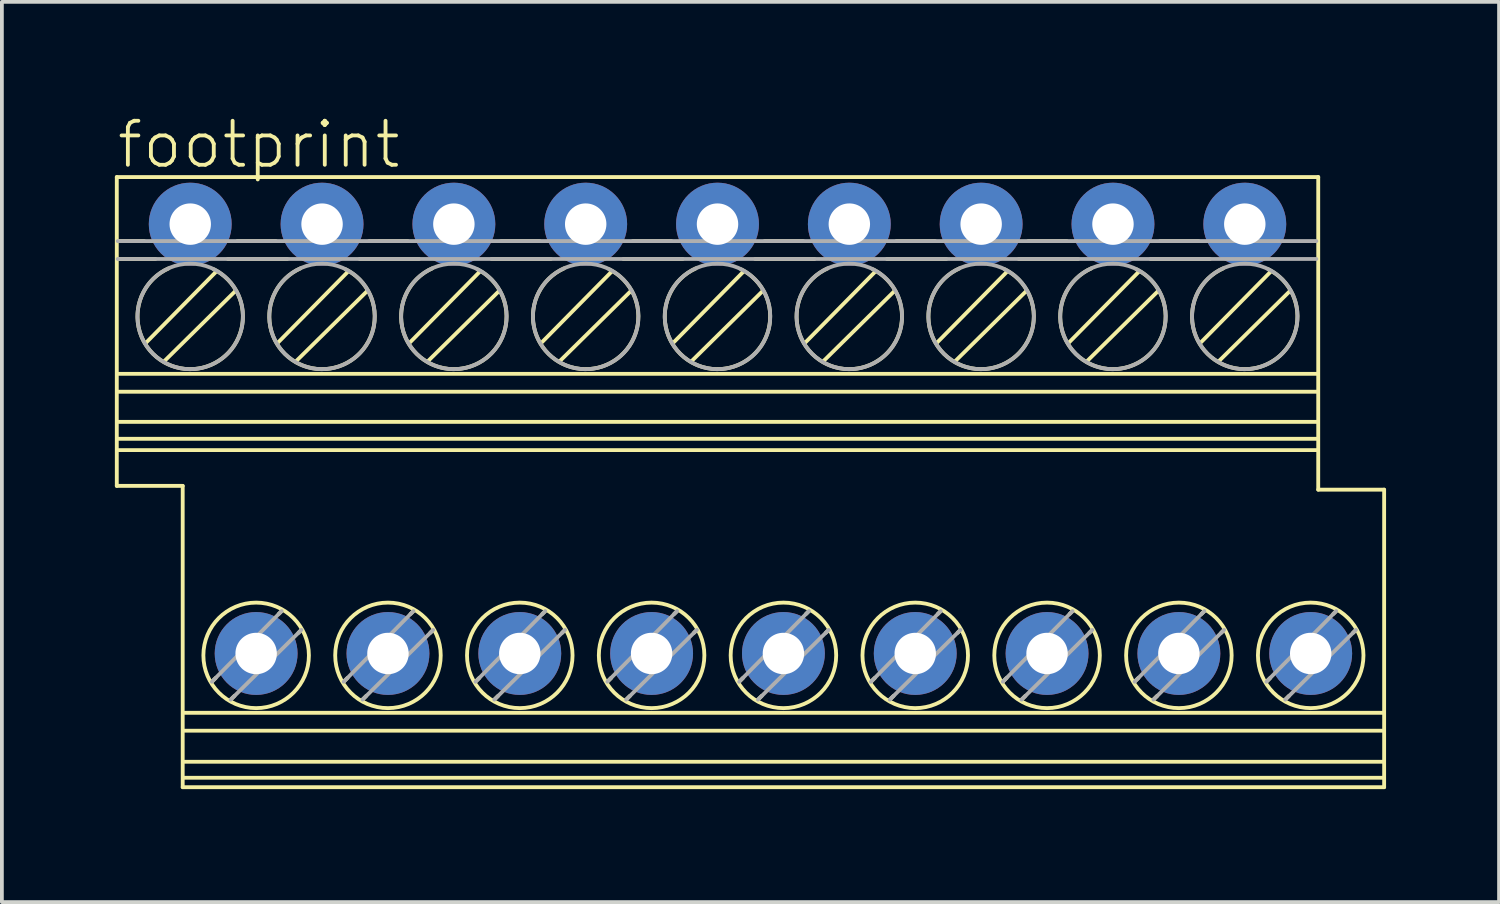
<source format=kicad_pcb>
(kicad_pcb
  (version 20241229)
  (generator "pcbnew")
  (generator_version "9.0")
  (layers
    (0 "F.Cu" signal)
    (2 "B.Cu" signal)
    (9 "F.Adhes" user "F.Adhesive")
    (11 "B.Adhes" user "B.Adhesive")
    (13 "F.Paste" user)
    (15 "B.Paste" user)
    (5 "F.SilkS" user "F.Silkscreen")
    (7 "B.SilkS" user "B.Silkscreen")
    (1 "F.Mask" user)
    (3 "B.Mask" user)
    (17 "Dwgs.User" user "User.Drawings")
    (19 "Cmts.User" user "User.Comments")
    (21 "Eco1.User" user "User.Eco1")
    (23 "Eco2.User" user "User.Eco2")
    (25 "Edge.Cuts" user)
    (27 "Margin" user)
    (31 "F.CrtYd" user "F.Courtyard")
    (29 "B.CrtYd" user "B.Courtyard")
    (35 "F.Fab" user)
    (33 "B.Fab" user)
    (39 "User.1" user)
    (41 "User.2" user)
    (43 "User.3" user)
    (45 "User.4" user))
  (footprint "footprint"
    (layer "F.Cu")
    (at 16.001 9.751)
    (property "Reference" "footprint" (at -16.001 -8.278 0) (layer "F.SilkS") (effects (font (size 1.168 1.168) (thickness 0.102)) (justify left bottom)))
    (fp_line (start -15.95 -8.1) (end 15.95 -8.1) (stroke (width 0.102) (type solid)) (layer "F.SilkS"))
    (fp_line (start -15.95 0.1) (end -15.95 -8.1) (stroke (width 0.102) (type solid)) (layer "F.SilkS"))
    (fp_line (start -15.925 -6.4) (end -15.225 -6.4) (stroke (width 0.102) (type solid)) (layer "F.SilkS"))
    (fp_line (start -15.925 -5.925) (end -14.925 -5.925) (stroke (width 0.102) (type solid)) (layer "F.SilkS"))
    (fp_line (start -15.9 -2.875) (end 15.925 -2.875) (stroke (width 0.102) (type solid)) (layer "F.SilkS"))
    (fp_line (start -15.9 -2.4) (end 15.925 -2.4) (stroke (width 0.102) (type solid)) (layer "F.SilkS"))
    (fp_line (start -15.9 -1.6) (end 15.925 -1.6) (stroke (width 0.102) (type solid)) (layer "F.SilkS"))
    (fp_line (start -15.9 -0.85) (end 15.925 -0.85) (stroke (width 0.102) (type solid)) (layer "F.SilkS"))
    (fp_line (start -15.175 -3.7) (end -13.325 -5.575) (stroke (width 0.102) (type solid)) (layer "F.SilkS"))
    (fp_line (start -14.675 -3.225) (end -12.8 -5.075) (stroke (width 0.102) (type solid)) (layer "F.SilkS"))
    (fp_line (start -14.2 0.1) (end -15.95 0.1) (stroke (width 0.102) (type solid)) (layer "F.SilkS"))
    (fp_line (start -14.2 8.1) (end -14.2 0.1) (stroke (width 0.102) (type solid)) (layer "F.SilkS"))
    (fp_line (start -14.15 6.125) (end 17.675 6.125) (stroke (width 0.102) (type solid)) (layer "F.SilkS"))
    (fp_line (start -14.15 6.6) (end 17.675 6.6) (stroke (width 0.102) (type solid)) (layer "F.SilkS"))
    (fp_line (start -14.15 7.425) (end 17.675 7.425) (stroke (width 0.102) (type solid)) (layer "F.SilkS"))
    (fp_line (start -14.15 7.85) (end 17.675 7.85) (stroke (width 0.102) (type solid)) (layer "F.SilkS"))
    (fp_line (start -13.425 5.3) (end -13.325 5.2) (stroke (width 0.102) (type solid)) (layer "F.SilkS"))
    (fp_line (start -13 -5.925) (end -11.425 -5.925) (stroke (width 0.102) (type solid)) (layer "F.SilkS"))
    (fp_line (start -12.925 5.775) (end -12.825 5.675) (stroke (width 0.102) (type solid)) (layer "F.SilkS"))
    (fp_line (start -12.75 -6.4) (end -11.725 -6.4) (stroke (width 0.102) (type solid)) (layer "F.SilkS"))
    (fp_line (start -11.675 -3.7) (end -9.825 -5.575) (stroke (width 0.102) (type solid)) (layer "F.SilkS"))
    (fp_line (start -11.65 3.5) (end -11.575 3.425) (stroke (width 0.102) (type solid)) (layer "F.SilkS"))
    (fp_line (start -11.175 -3.225) (end -9.3 -5.075) (stroke (width 0.102) (type solid)) (layer "F.SilkS"))
    (fp_line (start -11.125 4) (end -11.05 3.925) (stroke (width 0.102) (type solid)) (layer "F.SilkS"))
    (fp_line (start -9.925 5.3) (end -9.825 5.2) (stroke (width 0.102) (type solid)) (layer "F.SilkS"))
    (fp_line (start -9.5 -5.925) (end -7.925 -5.925) (stroke (width 0.102) (type solid)) (layer "F.SilkS"))
    (fp_line (start -9.425 5.775) (end -9.325 5.675) (stroke (width 0.102) (type solid)) (layer "F.SilkS"))
    (fp_line (start -9.25 -6.4) (end -8.225 -6.4) (stroke (width 0.102) (type solid)) (layer "F.SilkS"))
    (fp_line (start -8.175 -3.7) (end -6.325 -5.575) (stroke (width 0.102) (type solid)) (layer "F.SilkS"))
    (fp_line (start -8.15 3.5) (end -8.075 3.425) (stroke (width 0.102) (type solid)) (layer "F.SilkS"))
    (fp_line (start -7.675 -3.225) (end -5.8 -5.075) (stroke (width 0.102) (type solid)) (layer "F.SilkS"))
    (fp_line (start -7.625 4) (end -7.55 3.925) (stroke (width 0.102) (type solid)) (layer "F.SilkS"))
    (fp_line (start -6.425 5.3) (end -6.325 5.2) (stroke (width 0.102) (type solid)) (layer "F.SilkS"))
    (fp_line (start -6 -5.925) (end -4.425 -5.925) (stroke (width 0.102) (type solid)) (layer "F.SilkS"))
    (fp_line (start -5.925 5.775) (end -5.825 5.675) (stroke (width 0.102) (type solid)) (layer "F.SilkS"))
    (fp_line (start -5.75 -6.4) (end -4.725 -6.4) (stroke (width 0.102) (type solid)) (layer "F.SilkS"))
    (fp_line (start -4.675 -3.7) (end -2.825 -5.575) (stroke (width 0.102) (type solid)) (layer "F.SilkS"))
    (fp_line (start -4.65 3.5) (end -4.575 3.425) (stroke (width 0.102) (type solid)) (layer "F.SilkS"))
    (fp_line (start -4.175 -3.225) (end -2.3 -5.075) (stroke (width 0.102) (type solid)) (layer "F.SilkS"))
    (fp_line (start -4.125 4) (end -4.05 3.925) (stroke (width 0.102) (type solid)) (layer "F.SilkS"))
    (fp_line (start -2.925 5.3) (end -2.825 5.2) (stroke (width 0.102) (type solid)) (layer "F.SilkS"))
    (fp_line (start -2.5 -5.925) (end -0.925 -5.925) (stroke (width 0.102) (type solid)) (layer "F.SilkS"))
    (fp_line (start -2.425 5.775) (end -2.325 5.675) (stroke (width 0.102) (type solid)) (layer "F.SilkS"))
    (fp_line (start -2.25 -6.4) (end -1.225 -6.4) (stroke (width 0.102) (type solid)) (layer "F.SilkS"))
    (fp_line (start -1.175 -3.7) (end 0.675 -5.575) (stroke (width 0.102) (type solid)) (layer "F.SilkS"))
    (fp_line (start -1.15 3.5) (end -1.075 3.425) (stroke (width 0.102) (type solid)) (layer "F.SilkS"))
    (fp_line (start -0.675 -3.225) (end 1.2 -5.075) (stroke (width 0.102) (type solid)) (layer "F.SilkS"))
    (fp_line (start -0.625 4) (end -0.55 3.925) (stroke (width 0.102) (type solid)) (layer "F.SilkS"))
    (fp_line (start 0.575 5.3) (end 0.675 5.2) (stroke (width 0.102) (type solid)) (layer "F.SilkS"))
    (fp_line (start 1 -5.925) (end 2.575 -5.925) (stroke (width 0.102) (type solid)) (layer "F.SilkS"))
    (fp_line (start 1.075 5.775) (end 1.175 5.675) (stroke (width 0.102) (type solid)) (layer "F.SilkS"))
    (fp_line (start 1.25 -6.4) (end 2.275 -6.4) (stroke (width 0.102) (type solid)) (layer "F.SilkS"))
    (fp_line (start 2.325 -3.7) (end 4.175 -5.575) (stroke (width 0.102) (type solid)) (layer "F.SilkS"))
    (fp_line (start 2.35 3.5) (end 2.425 3.425) (stroke (width 0.102) (type solid)) (layer "F.SilkS"))
    (fp_line (start 2.825 -3.225) (end 4.7 -5.075) (stroke (width 0.102) (type solid)) (layer "F.SilkS"))
    (fp_line (start 2.875 4) (end 2.95 3.925) (stroke (width 0.102) (type solid)) (layer "F.SilkS"))
    (fp_line (start 4.075 5.3) (end 4.175 5.2) (stroke (width 0.102) (type solid)) (layer "F.SilkS"))
    (fp_line (start 4.5 -5.925) (end 6.075 -5.925) (stroke (width 0.102) (type solid)) (layer "F.SilkS"))
    (fp_line (start 4.575 5.775) (end 4.675 5.675) (stroke (width 0.102) (type solid)) (layer "F.SilkS"))
    (fp_line (start 4.75 -6.4) (end 5.775 -6.4) (stroke (width 0.102) (type solid)) (layer "F.SilkS"))
    (fp_line (start 5.825 -3.7) (end 7.675 -5.575) (stroke (width 0.102) (type solid)) (layer "F.SilkS"))
    (fp_line (start 5.85 3.5) (end 5.925 3.425) (stroke (width 0.102) (type solid)) (layer "F.SilkS"))
    (fp_line (start 6.325 -3.225) (end 8.2 -5.075) (stroke (width 0.102) (type solid)) (layer "F.SilkS"))
    (fp_line (start 6.375 4) (end 6.45 3.925) (stroke (width 0.102) (type solid)) (layer "F.SilkS"))
    (fp_line (start 7.575 5.3) (end 7.675 5.2) (stroke (width 0.102) (type solid)) (layer "F.SilkS"))
    (fp_line (start 8 -5.925) (end 9.575 -5.925) (stroke (width 0.102) (type solid)) (layer "F.SilkS"))
    (fp_line (start 8.075 5.775) (end 8.175 5.675) (stroke (width 0.102) (type solid)) (layer "F.SilkS"))
    (fp_line (start 8.25 -6.4) (end 9.275 -6.4) (stroke (width 0.102) (type solid)) (layer "F.SilkS"))
    (fp_line (start 9.325 -3.7) (end 11.175 -5.575) (stroke (width 0.102) (type solid)) (layer "F.SilkS"))
    (fp_line (start 9.35 3.5) (end 9.425 3.425) (stroke (width 0.102) (type solid)) (layer "F.SilkS"))
    (fp_line (start 9.825 -3.225) (end 11.7 -5.075) (stroke (width 0.102) (type solid)) (layer "F.SilkS"))
    (fp_line (start 9.875 4) (end 9.95 3.925) (stroke (width 0.102) (type solid)) (layer "F.SilkS"))
    (fp_line (start 11.075 5.3) (end 11.175 5.2) (stroke (width 0.102) (type solid)) (layer "F.SilkS"))
    (fp_line (start 11.5 -5.925) (end 13.075 -5.925) (stroke (width 0.102) (type solid)) (layer "F.SilkS"))
    (fp_line (start 11.575 5.775) (end 11.675 5.675) (stroke (width 0.102) (type solid)) (layer "F.SilkS"))
    (fp_line (start 11.75 -6.4) (end 12.775 -6.4) (stroke (width 0.102) (type solid)) (layer "F.SilkS"))
    (fp_line (start 12.825 -3.7) (end 14.675 -5.575) (stroke (width 0.102) (type solid)) (layer "F.SilkS"))
    (fp_line (start 12.85 3.5) (end 12.925 3.425) (stroke (width 0.102) (type solid)) (layer "F.SilkS"))
    (fp_line (start 13.325 -3.225) (end 15.2 -5.075) (stroke (width 0.102) (type solid)) (layer "F.SilkS"))
    (fp_line (start 13.375 4) (end 13.45 3.925) (stroke (width 0.102) (type solid)) (layer "F.SilkS"))
    (fp_line (start 14.575 5.3) (end 14.675 5.2) (stroke (width 0.102) (type solid)) (layer "F.SilkS"))
    (fp_line (start 15.075 5.775) (end 15.175 5.675) (stroke (width 0.102) (type solid)) (layer "F.SilkS"))
    (fp_line (start 15.925 -1.15) (end -15.9 -1.15) (stroke (width 0.102) (type solid)) (layer "F.SilkS"))
    (fp_line (start 15.95 -8.1) (end 15.95 0.2) (stroke (width 0.102) (type solid)) (layer "F.SilkS"))
    (fp_line (start 15.95 0.2) (end 17.7 0.2) (stroke (width 0.102) (type solid)) (layer "F.SilkS"))
    (fp_line (start 16.35 3.5) (end 16.425 3.425) (stroke (width 0.102) (type solid)) (layer "F.SilkS"))
    (fp_line (start 16.875 4) (end 16.95 3.925) (stroke (width 0.102) (type solid)) (layer "F.SilkS"))
    (fp_line (start 17.7 0.2) (end 17.7 8.1) (stroke (width 0.102) (type solid)) (layer "F.SilkS"))
    (fp_line (start 17.7 8.1) (end -14.2 8.1) (stroke (width 0.102) (type solid)) (layer "F.SilkS"))
    (fp_arc (start -13.374999 -5.65) (mid -14.030481 -2.999357) (end -14.575 -5.675) (stroke (width 0.1016) (type solid)) (layer "F.SilkS"))
    (fp_arc (start -9.874999 -5.65) (mid -10.530481 -2.999357) (end -11.075 -5.675) (stroke (width 0.1016) (type solid)) (layer "F.SilkS"))
    (fp_arc (start -6.374999 -5.65) (mid -7.030481 -2.999357) (end -7.575 -5.675) (stroke (width 0.1016) (type solid)) (layer "F.SilkS"))
    (fp_arc (start -2.874999 -5.65) (mid -3.530481 -2.999357) (end -4.075 -5.675) (stroke (width 0.1016) (type solid)) (layer "F.SilkS"))
    (fp_arc (start 0.625001 -5.65) (mid -0.030481 -2.999357) (end -0.575 -5.675) (stroke (width 0.1016) (type solid)) (layer "F.SilkS"))
    (fp_arc (start 4.125001 -5.65) (mid 3.469517 -2.999357) (end 2.925 -5.675) (stroke (width 0.1016) (type solid)) (layer "F.SilkS"))
    (fp_arc (start 7.625001 -5.65) (mid 6.969517 -2.999357) (end 6.425 -5.675) (stroke (width 0.1016) (type solid)) (layer "F.SilkS"))
    (fp_arc (start 11.125001 -5.65) (mid 10.469517 -2.999357) (end 9.925 -5.675) (stroke (width 0.1016) (type solid)) (layer "F.SilkS"))
    (fp_arc (start 14.625001 -5.65) (mid 13.969517 -2.999357) (end 13.425 -5.675) (stroke (width 0.1016) (type solid)) (layer "F.SilkS"))
    (fp_circle (center -12.25 4.6) (end -10.849 4.6) (stroke (width 0.102) (type solid)) (fill no) (layer "F.SilkS"))
    (fp_circle (center -8.75 4.6) (end -7.349 4.6) (stroke (width 0.102) (type solid)) (fill no) (layer "F.SilkS"))
    (fp_circle (center -5.25 4.6) (end -3.849 4.6) (stroke (width 0.102) (type solid)) (fill no) (layer "F.SilkS"))
    (fp_circle (center -1.75 4.6) (end -0.349 4.6) (stroke (width 0.102) (type solid)) (fill no) (layer "F.SilkS"))
    (fp_circle (center 1.75 4.6) (end 3.151 4.6) (stroke (width 0.102) (type solid)) (fill no) (layer "F.SilkS"))
    (fp_circle (center 5.25 4.6) (end 6.651 4.6) (stroke (width 0.102) (type solid)) (fill no) (layer "F.SilkS"))
    (fp_circle (center 8.75 4.6) (end 10.151 4.6) (stroke (width 0.102) (type solid)) (fill no) (layer "F.SilkS"))
    (fp_circle (center 12.25 4.6) (end 13.651 4.6) (stroke (width 0.102) (type solid)) (fill no) (layer "F.SilkS"))
    (fp_circle (center 15.75 4.6) (end 17.151 4.6) (stroke (width 0.102) (type solid)) (fill no) (layer "F.SilkS"))
    (fp_line (start -15.925 -6.4) (end 15.9 -6.4) (stroke (width 0.102) (type solid)) (layer "F.Fab"))
    (fp_line (start -15.925 -5.925) (end 15.9 -5.925) (stroke (width 0.102) (type solid)) (layer "F.Fab"))
    (fp_line (start -13.425 5.3) (end -11.575 3.425) (stroke (width 0.102) (type solid)) (layer "F.Fab"))
    (fp_line (start -12.925 5.775) (end -11.05 3.925) (stroke (width 0.102) (type solid)) (layer "F.Fab"))
    (fp_line (start -9.925 5.3) (end -8.075 3.425) (stroke (width 0.102) (type solid)) (layer "F.Fab"))
    (fp_line (start -9.425 5.775) (end -7.55 3.925) (stroke (width 0.102) (type solid)) (layer "F.Fab"))
    (fp_line (start -6.425 5.3) (end -4.575 3.425) (stroke (width 0.102) (type solid)) (layer "F.Fab"))
    (fp_line (start -5.925 5.775) (end -4.05 3.925) (stroke (width 0.102) (type solid)) (layer "F.Fab"))
    (fp_line (start -2.925 5.3) (end -1.075 3.425) (stroke (width 0.102) (type solid)) (layer "F.Fab"))
    (fp_line (start -2.425 5.775) (end -0.55 3.925) (stroke (width 0.102) (type solid)) (layer "F.Fab"))
    (fp_line (start 0.575 5.3) (end 2.425 3.425) (stroke (width 0.102) (type solid)) (layer "F.Fab"))
    (fp_line (start 1.075 5.775) (end 2.95 3.925) (stroke (width 0.102) (type solid)) (layer "F.Fab"))
    (fp_line (start 4.075 5.3) (end 5.925 3.425) (stroke (width 0.102) (type solid)) (layer "F.Fab"))
    (fp_line (start 4.575 5.775) (end 6.45 3.925) (stroke (width 0.102) (type solid)) (layer "F.Fab"))
    (fp_line (start 7.575 5.3) (end 9.425 3.425) (stroke (width 0.102) (type solid)) (layer "F.Fab"))
    (fp_line (start 8.075 5.775) (end 9.95 3.925) (stroke (width 0.102) (type solid)) (layer "F.Fab"))
    (fp_line (start 11.075 5.3) (end 12.925 3.425) (stroke (width 0.102) (type solid)) (layer "F.Fab"))
    (fp_line (start 11.575 5.775) (end 13.45 3.925) (stroke (width 0.102) (type solid)) (layer "F.Fab"))
    (fp_line (start 14.575 5.3) (end 16.425 3.425) (stroke (width 0.102) (type solid)) (layer "F.Fab"))
    (fp_line (start 15.075 5.775) (end 16.95 3.925) (stroke (width 0.102) (type solid)) (layer "F.Fab"))
    (fp_circle (center -14 -4.4) (end -12.599 -4.4) (stroke (width 0.102) (type solid)) (fill no) (layer "F.Fab"))
    (fp_circle (center -10.5 -4.4) (end -9.099 -4.4) (stroke (width 0.102) (type solid)) (fill no) (layer "F.Fab"))
    (fp_circle (center -7 -4.4) (end -5.599 -4.4) (stroke (width 0.102) (type solid)) (fill no) (layer "F.Fab"))
    (fp_circle (center -3.5 -4.4) (end -2.099 -4.4) (stroke (width 0.102) (type solid)) (fill no) (layer "F.Fab"))
    (fp_circle (center 0 -4.4) (end 1.401 -4.4) (stroke (width 0.102) (type solid)) (fill no) (layer "F.Fab"))
    (fp_circle (center 3.5 -4.4) (end 4.901 -4.4) (stroke (width 0.102) (type solid)) (fill no) (layer "F.Fab"))
    (fp_circle (center 7 -4.4) (end 8.401 -4.4) (stroke (width 0.102) (type solid)) (fill no) (layer "F.Fab"))
    (fp_circle (center 10.5 -4.4) (end 11.901 -4.4) (stroke (width 0.102) (type solid)) (fill no) (layer "F.Fab"))
    (fp_circle (center 14 -4.4) (end 15.401 -4.4) (stroke (width 0.102) (type solid)) (fill no) (layer "F.Fab"))
    (pad "1" thru_hole circle (at -14 -6.85) (size 2.2 2.2) (drill 1.1) (layers "*.Cu" "*.Mask"))
    (pad "2" thru_hole circle (at -12.25 4.55) (size 2.2 2.2) (drill 1.1) (layers "*.Cu" "*.Mask"))
    (pad "3" thru_hole circle (at -10.5 -6.85) (size 2.2 2.2) (drill 1.1) (layers "*.Cu" "*.Mask"))
    (pad "4" thru_hole circle (at -8.75 4.55) (size 2.2 2.2) (drill 1.1) (layers "*.Cu" "*.Mask"))
    (pad "5" thru_hole circle (at -7 -6.85) (size 2.2 2.2) (drill 1.1) (layers "*.Cu" "*.Mask"))
    (pad "6" thru_hole circle (at -5.25 4.55) (size 2.2 2.2) (drill 1.1) (layers "*.Cu" "*.Mask"))
    (pad "7" thru_hole circle (at -3.5 -6.85) (size 2.2 2.2) (drill 1.1) (layers "*.Cu" "*.Mask"))
    (pad "8" thru_hole circle (at -1.75 4.55) (size 2.2 2.2) (drill 1.1) (layers "*.Cu" "*.Mask"))
    (pad "9" thru_hole circle (at 0 -6.85) (size 2.2 2.2) (drill 1.1) (layers "*.Cu" "*.Mask"))
    (pad "10" thru_hole circle (at 1.75 4.55) (size 2.2 2.2) (drill 1.1) (layers "*.Cu" "*.Mask"))
    (pad "11" thru_hole circle (at 3.5 -6.85) (size 2.2 2.2) (drill 1.1) (layers "*.Cu" "*.Mask"))
    (pad "12" thru_hole circle (at 5.25 4.55) (size 2.2 2.2) (drill 1.1) (layers "*.Cu" "*.Mask"))
    (pad "13" thru_hole circle (at 7 -6.85) (size 2.2 2.2) (drill 1.1) (layers "*.Cu" "*.Mask"))
    (pad "14" thru_hole circle (at 8.75 4.55) (size 2.2 2.2) (drill 1.1) (layers "*.Cu" "*.Mask"))
    (pad "15" thru_hole circle (at 10.5 -6.85) (size 2.2 2.2) (drill 1.1) (layers "*.Cu" "*.Mask"))
    (pad "16" thru_hole circle (at 12.25 4.55) (size 2.2 2.2) (drill 1.1) (layers "*.Cu" "*.Mask"))
    (pad "17" thru_hole circle (at 14 -6.85) (size 2.2 2.2) (drill 1.1) (layers "*.Cu" "*.Mask"))
    (pad "18" thru_hole circle (at 15.75 4.55) (size 2.2 2.2) (drill 1.1) (layers "*.Cu" "*.Mask")))
  (gr_rect
    (start -3 -3)
    (end 36.752 20.902)
    (stroke (width 0.1) (type default))
    (fill no)
    (layer "Edge.Cuts")))
</source>
